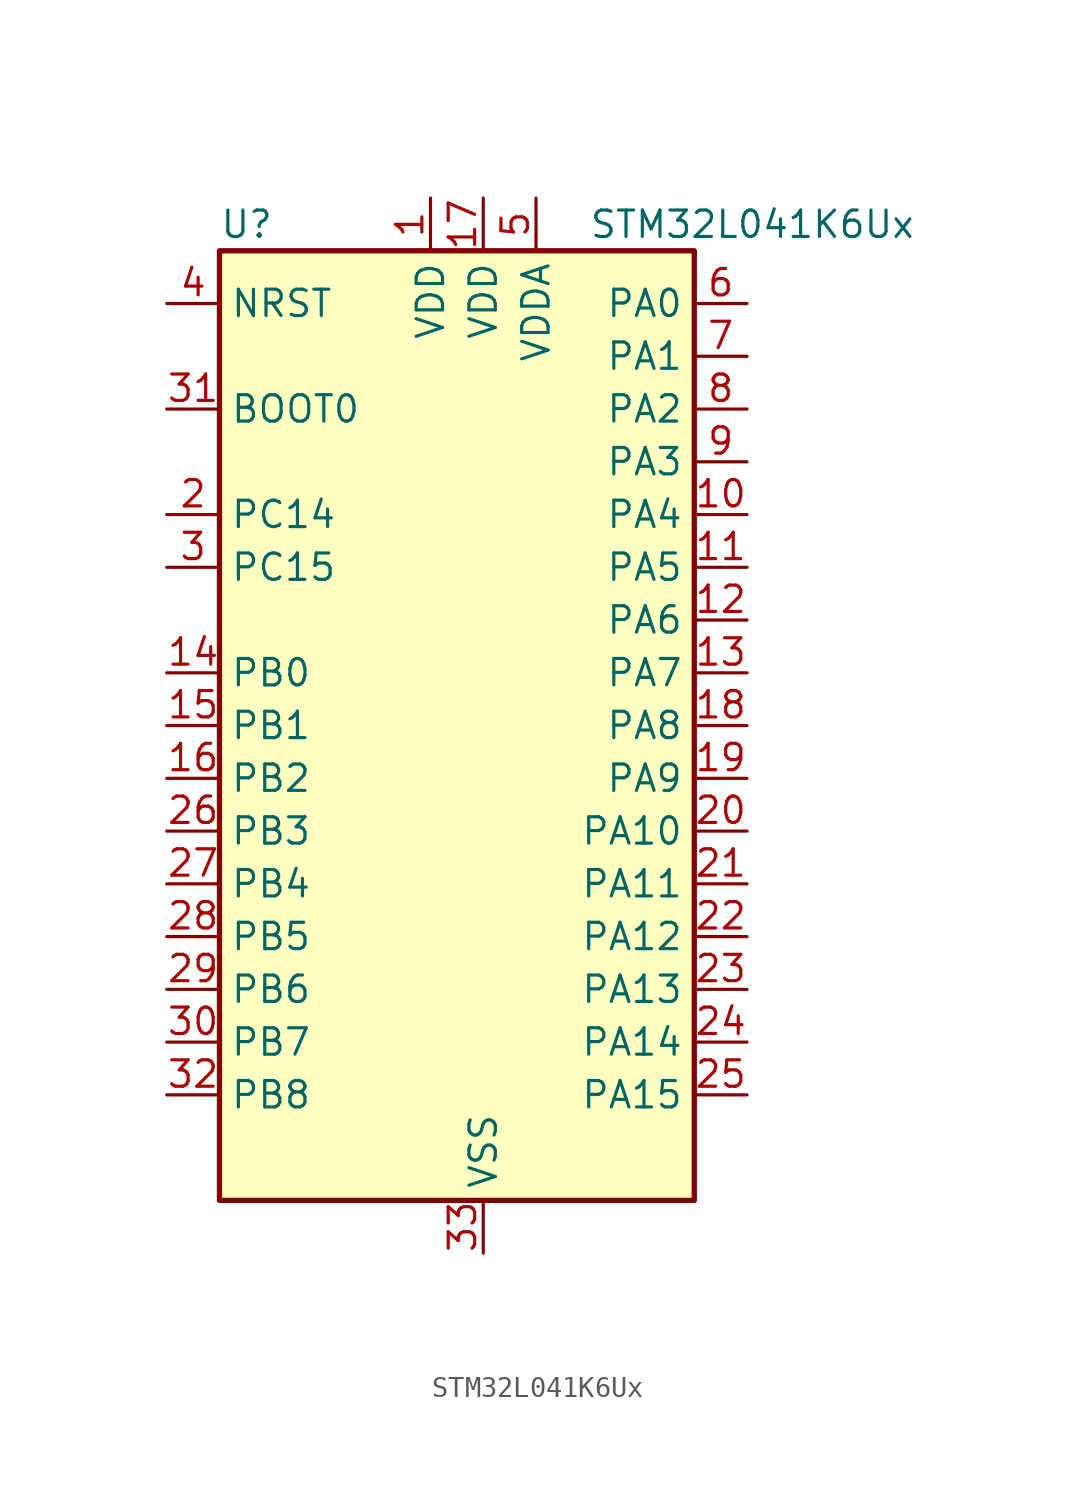
<source format=kicad_sym>
(kicad_symbol_lib
  (version 20231120)
  (generator "kicad_symbol_editor")
  (generator_version "8.0")
  (symbol "STM32L041K6Ux"
    (property "Reference" "U"
      (at -10.16 24.13 0)
      (effects (font (size 1.27 1.27)) (justify left)))
    (property "Value" "STM32L041K6Ux"
      (at 7.62 24.13 0)
      (effects (font (size 1.27 1.27)) (justify left)))
    (property "ki_locked" ""
      (at 0 0 0)
      (effects (font (size 1.27 1.27))))
    (symbol "STM32L041K6Ux_0_1"
      (rectangle (start -10.16 -22.86) (end 12.7 22.86) (stroke (width 0.254) (type default)) (fill (type background))))
    (symbol "STM32L041K6Ux_1_1"
      (pin power_in line (at 0 25.4 270) (length 2.54) (name "VDD" (effects (font (size 1.27 1.27)))) (number "1" (effects (font (size 1.27 1.27)))))
      (pin bidirectional line (at 15.24 10.16 180) (length 2.54) (name "PA4" (effects (font (size 1.27 1.27)))) (number "10" (effects (font (size 1.27 1.27)))) (alternate "ADC_IN4" bidirectional line) (alternate "COMP1_INM" bidirectional line) (alternate "COMP2_INM" bidirectional line) (alternate "LPTIM1_IN1" bidirectional line) (alternate "SPI1_NSS" bidirectional line) (alternate "TIM22_ETR" bidirectional line) (alternate "USART2_CK" bidirectional line))
      (pin bidirectional line (at 15.24 7.62 180) (length 2.54) (name "PA5" (effects (font (size 1.27 1.27)))) (number "11" (effects (font (size 1.27 1.27)))) (alternate "ADC_IN5" bidirectional line) (alternate "COMP1_INM" bidirectional line) (alternate "COMP2_INM" bidirectional line) (alternate "LPTIM1_IN2" bidirectional line) (alternate "SPI1_SCK" bidirectional line) (alternate "TIM2_CH1" bidirectional line) (alternate "TIM2_ETR" bidirectional line))
      (pin bidirectional line (at 15.24 5.08 180) (length 2.54) (name "PA6" (effects (font (size 1.27 1.27)))) (number "12" (effects (font (size 1.27 1.27)))) (alternate "ADC_IN6" bidirectional line) (alternate "COMP1_OUT" bidirectional line) (alternate "LPTIM1_ETR" bidirectional line) (alternate "LPUART1_CTS" bidirectional line) (alternate "SPI1_MISO" bidirectional line) (alternate "TIM22_CH1" bidirectional line))
      (pin bidirectional line (at 15.24 2.54 180) (length 2.54) (name "PA7" (effects (font (size 1.27 1.27)))) (number "13" (effects (font (size 1.27 1.27)))) (alternate "ADC_IN7" bidirectional line) (alternate "COMP2_OUT" bidirectional line) (alternate "LPTIM1_OUT" bidirectional line) (alternate "SPI1_MOSI" bidirectional line) (alternate "TIM22_CH2" bidirectional line) (alternate "USART2_CTS" bidirectional line))
      (pin bidirectional line (at -12.7 2.54 0) (length 2.54) (name "PB0" (effects (font (size 1.27 1.27)))) (number "14" (effects (font (size 1.27 1.27)))) (alternate "ADC_IN8" bidirectional line) (alternate "SPI1_MISO" bidirectional line) (alternate "SYS_VREF_OUT_PB0" bidirectional line) (alternate "TIM2_CH3" bidirectional line) (alternate "USART2_DE" bidirectional line) (alternate "USART2_RTS" bidirectional line))
      (pin bidirectional line (at -12.7 0 0) (length 2.54) (name "PB1" (effects (font (size 1.27 1.27)))) (number "15" (effects (font (size 1.27 1.27)))) (alternate "ADC_IN9" bidirectional line) (alternate "LPUART1_DE" bidirectional line) (alternate "LPUART1_RTS" bidirectional line) (alternate "SPI1_MOSI" bidirectional line) (alternate "SYS_VREF_OUT_PB1" bidirectional line) (alternate "TIM2_CH4" bidirectional line) (alternate "USART2_CK" bidirectional line))
      (pin bidirectional line (at -12.7 -2.54 0) (length 2.54) (name "PB2" (effects (font (size 1.27 1.27)))) (number "16" (effects (font (size 1.27 1.27)))) (alternate "LPTIM1_OUT" bidirectional line))
      (pin power_in line (at 2.54 25.4 270) (length 2.54) (name "VDD" (effects (font (size 1.27 1.27)))) (number "17" (effects (font (size 1.27 1.27)))))
      (pin bidirectional line (at 15.24 0 180) (length 2.54) (name "PA8" (effects (font (size 1.27 1.27)))) (number "18" (effects (font (size 1.27 1.27)))) (alternate "LPTIM1_IN1" bidirectional line) (alternate "RCC_MCO" bidirectional line) (alternate "TIM2_CH1" bidirectional line) (alternate "USART2_CK" bidirectional line))
      (pin bidirectional line (at 15.24 -2.54 180) (length 2.54) (name "PA9" (effects (font (size 1.27 1.27)))) (number "19" (effects (font (size 1.27 1.27)))) (alternate "I2C1_SCL" bidirectional line) (alternate "RCC_MCO" bidirectional line) (alternate "TIM22_CH1" bidirectional line) (alternate "USART2_TX" bidirectional line))
      (pin bidirectional line (at -12.7 10.16 0) (length 2.54) (name "PC14" (effects (font (size 1.27 1.27)))) (number "2" (effects (font (size 1.27 1.27)))) (alternate "RCC_OSC32_IN" bidirectional line))
      (pin bidirectional line (at 15.24 -5.08 180) (length 2.54) (name "PA10" (effects (font (size 1.27 1.27)))) (number "20" (effects (font (size 1.27 1.27)))) (alternate "I2C1_SDA" bidirectional line) (alternate "TIM22_CH2" bidirectional line) (alternate "USART2_RX" bidirectional line))
      (pin bidirectional line (at 15.24 -7.62 180) (length 2.54) (name "PA11" (effects (font (size 1.27 1.27)))) (number "21" (effects (font (size 1.27 1.27)))) (alternate "ADC_EXTI11" bidirectional line) (alternate "COMP1_OUT" bidirectional line) (alternate "SPI1_MISO" bidirectional line) (alternate "TIM21_CH2" bidirectional line) (alternate "USART2_CTS" bidirectional line))
      (pin bidirectional line (at 15.24 -10.16 180) (length 2.54) (name "PA12" (effects (font (size 1.27 1.27)))) (number "22" (effects (font (size 1.27 1.27)))) (alternate "COMP2_OUT" bidirectional line) (alternate "SPI1_MOSI" bidirectional line) (alternate "USART2_DE" bidirectional line) (alternate "USART2_RTS" bidirectional line))
      (pin bidirectional line (at 15.24 -12.7 180) (length 2.54) (name "PA13" (effects (font (size 1.27 1.27)))) (number "23" (effects (font (size 1.27 1.27)))) (alternate "LPTIM1_ETR" bidirectional line) (alternate "LPUART1_RX" bidirectional line) (alternate "SYS_SWDIO" bidirectional line))
      (pin bidirectional line (at 15.24 -15.24 180) (length 2.54) (name "PA14" (effects (font (size 1.27 1.27)))) (number "24" (effects (font (size 1.27 1.27)))) (alternate "I2C1_SMBA" bidirectional line) (alternate "LPTIM1_OUT" bidirectional line) (alternate "LPUART1_TX" bidirectional line) (alternate "SYS_SWCLK" bidirectional line) (alternate "USART2_TX" bidirectional line))
      (pin bidirectional line (at 15.24 -17.78 180) (length 2.54) (name "PA15" (effects (font (size 1.27 1.27)))) (number "25" (effects (font (size 1.27 1.27)))) (alternate "SPI1_NSS" bidirectional line) (alternate "TIM2_CH1" bidirectional line) (alternate "TIM2_ETR" bidirectional line) (alternate "USART2_RX" bidirectional line))
      (pin bidirectional line (at -12.7 -5.08 0) (length 2.54) (name "PB3" (effects (font (size 1.27 1.27)))) (number "26" (effects (font (size 1.27 1.27)))) (alternate "COMP2_INM" bidirectional line) (alternate "SPI1_SCK" bidirectional line) (alternate "TIM2_CH2" bidirectional line))
      (pin bidirectional line (at -12.7 -7.62 0) (length 2.54) (name "PB4" (effects (font (size 1.27 1.27)))) (number "27" (effects (font (size 1.27 1.27)))) (alternate "COMP2_INP" bidirectional line) (alternate "SPI1_MISO" bidirectional line) (alternate "TIM22_CH1" bidirectional line))
      (pin bidirectional line (at -12.7 -10.16 0) (length 2.54) (name "PB5" (effects (font (size 1.27 1.27)))) (number "28" (effects (font (size 1.27 1.27)))) (alternate "COMP2_INP" bidirectional line) (alternate "I2C1_SMBA" bidirectional line) (alternate "LPTIM1_IN1" bidirectional line) (alternate "SPI1_MOSI" bidirectional line) (alternate "TIM22_CH2" bidirectional line))
      (pin bidirectional line (at -12.7 -12.7 0) (length 2.54) (name "PB6" (effects (font (size 1.27 1.27)))) (number "29" (effects (font (size 1.27 1.27)))) (alternate "COMP2_INP" bidirectional line) (alternate "I2C1_SCL" bidirectional line) (alternate "LPTIM1_ETR" bidirectional line) (alternate "TIM21_CH1" bidirectional line) (alternate "USART2_TX" bidirectional line))
      (pin bidirectional line (at -12.7 7.62 0) (length 2.54) (name "PC15" (effects (font (size 1.27 1.27)))) (number "3" (effects (font (size 1.27 1.27)))) (alternate "RCC_OSC32_OUT" bidirectional line))
      (pin bidirectional line (at -12.7 -15.24 0) (length 2.54) (name "PB7" (effects (font (size 1.27 1.27)))) (number "30" (effects (font (size 1.27 1.27)))) (alternate "COMP2_INP" bidirectional line) (alternate "I2C1_SDA" bidirectional line) (alternate "LPTIM1_IN2" bidirectional line) (alternate "SYS_PVD_IN" bidirectional line) (alternate "USART2_RX" bidirectional line))
      (pin input line (at -12.7 15.24 0) (length 2.54) (name "BOOT0" (effects (font (size 1.27 1.27)))) (number "31" (effects (font (size 1.27 1.27)))))
      (pin bidirectional line (at -12.7 -17.78 0) (length 2.54) (name "PB8" (effects (font (size 1.27 1.27)))) (number "32" (effects (font (size 1.27 1.27)))) (alternate "I2C1_SCL" bidirectional line))
      (pin power_in line (at 2.54 -25.4 90) (length 2.54) (name "VSS" (effects (font (size 1.27 1.27)))) (number "33" (effects (font (size 1.27 1.27)))))
      (pin input line (at -12.7 20.32 0) (length 2.54) (name "NRST" (effects (font (size 1.27 1.27)))) (number "4" (effects (font (size 1.27 1.27)))))
      (pin power_in line (at 5.08 25.4 270) (length 2.54) (name "VDDA" (effects (font (size 1.27 1.27)))) (number "5" (effects (font (size 1.27 1.27)))))
      (pin bidirectional line (at 15.24 20.32 180) (length 2.54) (name "PA0" (effects (font (size 1.27 1.27)))) (number "6" (effects (font (size 1.27 1.27)))) (alternate "ADC_IN0" bidirectional line) (alternate "COMP1_INM" bidirectional line) (alternate "COMP1_OUT" bidirectional line) (alternate "LPTIM1_IN1" bidirectional line) (alternate "RCC_CK_IN" bidirectional line) (alternate "RTC_TAMP2" bidirectional line) (alternate "SYS_WKUP1" bidirectional line) (alternate "TIM2_CH1" bidirectional line) (alternate "TIM2_ETR" bidirectional line) (alternate "USART2_CTS" bidirectional line))
      (pin bidirectional line (at 15.24 17.78 180) (length 2.54) (name "PA1" (effects (font (size 1.27 1.27)))) (number "7" (effects (font (size 1.27 1.27)))) (alternate "ADC_IN1" bidirectional line) (alternate "COMP1_INP" bidirectional line) (alternate "I2C1_SMBA" bidirectional line) (alternate "LPTIM1_IN2" bidirectional line) (alternate "TIM21_ETR" bidirectional line) (alternate "TIM2_CH2" bidirectional line) (alternate "USART2_DE" bidirectional line) (alternate "USART2_RTS" bidirectional line))
      (pin bidirectional line (at 15.24 15.24 180) (length 2.54) (name "PA2" (effects (font (size 1.27 1.27)))) (number "8" (effects (font (size 1.27 1.27)))) (alternate "ADC_IN2" bidirectional line) (alternate "COMP2_INM" bidirectional line) (alternate "COMP2_OUT" bidirectional line) (alternate "LPUART1_TX" bidirectional line) (alternate "RTC_OUT_ALARM" bidirectional line) (alternate "RTC_OUT_CALIB" bidirectional line) (alternate "RTC_TAMP3" bidirectional line) (alternate "RTC_TS" bidirectional line) (alternate "SYS_WKUP3" bidirectional line) (alternate "TIM21_CH1" bidirectional line) (alternate "TIM2_CH3" bidirectional line) (alternate "USART2_TX" bidirectional line))
      (pin bidirectional line (at 15.24 12.7 180) (length 2.54) (name "PA3" (effects (font (size 1.27 1.27)))) (number "9" (effects (font (size 1.27 1.27)))) (alternate "ADC_IN3" bidirectional line) (alternate "COMP2_INP" bidirectional line) (alternate "LPUART1_RX" bidirectional line) (alternate "TIM21_CH2" bidirectional line) (alternate "TIM2_CH4" bidirectional line) (alternate "USART2_RX" bidirectional line)))))
</source>
